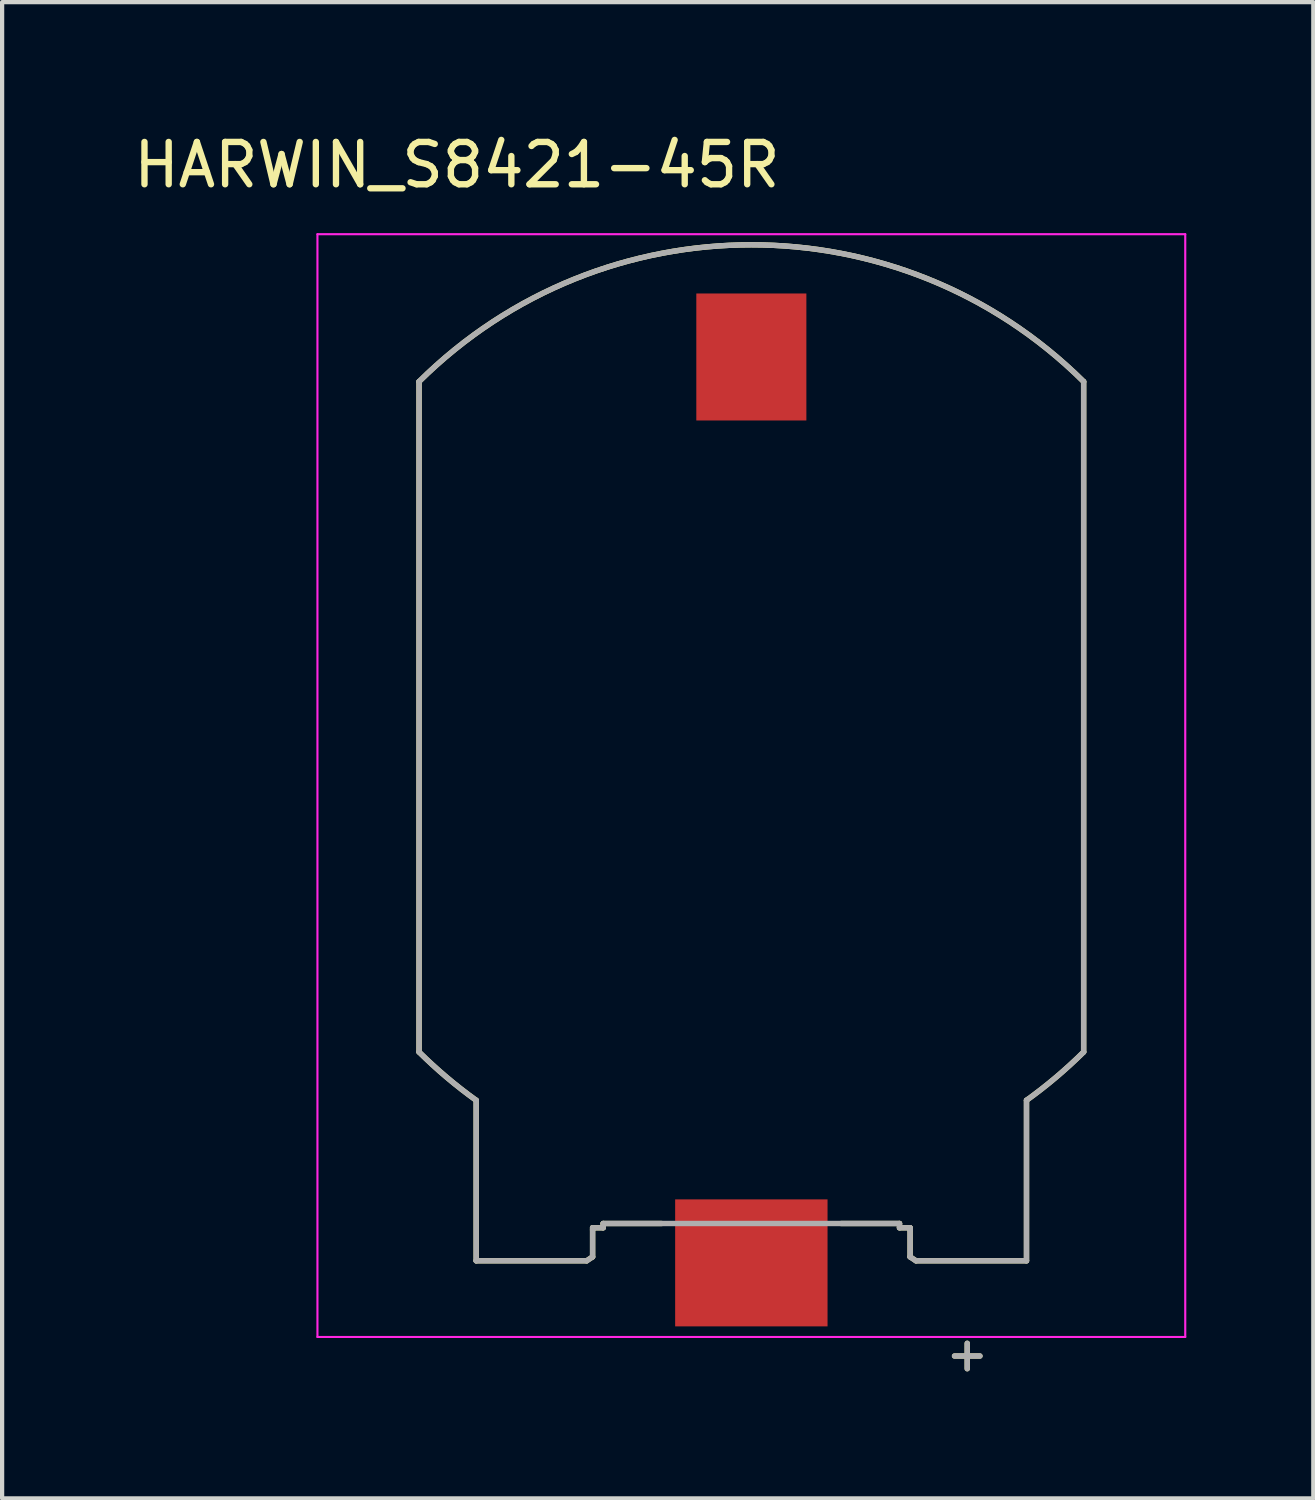
<source format=kicad_pcb>
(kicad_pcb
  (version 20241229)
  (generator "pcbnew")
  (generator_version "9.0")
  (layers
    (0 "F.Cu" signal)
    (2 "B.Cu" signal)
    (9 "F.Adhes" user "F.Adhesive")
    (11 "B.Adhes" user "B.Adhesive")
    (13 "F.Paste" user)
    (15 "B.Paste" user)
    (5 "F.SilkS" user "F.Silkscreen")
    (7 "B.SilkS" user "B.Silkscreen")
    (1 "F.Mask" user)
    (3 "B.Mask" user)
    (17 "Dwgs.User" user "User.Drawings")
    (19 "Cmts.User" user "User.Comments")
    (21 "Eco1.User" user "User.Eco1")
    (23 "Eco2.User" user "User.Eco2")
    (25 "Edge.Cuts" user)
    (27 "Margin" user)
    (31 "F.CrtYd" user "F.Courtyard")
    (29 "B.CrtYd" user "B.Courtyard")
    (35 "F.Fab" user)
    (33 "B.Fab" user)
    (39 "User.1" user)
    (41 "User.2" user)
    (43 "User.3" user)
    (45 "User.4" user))
  (footprint "HARWIN_S8421-45R"
    (layer "F.Cu")
    (at 14.699 13.883)
    (property "Reference" "HARWIN_S8421-45R" (at -6.955 -13.035 0) (layer "F.SilkS") (effects (font (size 1 1) (thickness 0.15))))
    (attr smd)
    (fp_line (start -7.85 -7.918) (end -7.85 7.918) (stroke (width 0.127) (type solid)) (layer "F.SilkS"))
    (fp_line (start -6.5 9.059) (end -6.5 12.85) (stroke (width 0.127) (type solid)) (layer "F.SilkS"))
    (fp_line (start -6.5 12.85) (end -3.889 12.85) (stroke (width 0.127) (type solid)) (layer "F.SilkS"))
    (fp_line (start -3.75 12.758) (end -3.889 12.85) (stroke (width 0.127) (type solid)) (layer "F.SilkS"))
    (fp_line (start -3.75 12.758) (end -3.75 12.12) (stroke (width 0.127) (type solid)) (layer "F.SilkS"))
    (fp_line (start -3.75 12.07) (end -3.75 12.12) (stroke (width 0.127) (type solid)) (layer "F.SilkS"))
    (fp_line (start -3.5 12.07) (end -3.75 12.07) (stroke (width 0.127) (type solid)) (layer "F.SilkS"))
    (fp_line (start -3.5 12.07) (end -3.5 11.97) (stroke (width 0.127) (type solid)) (layer "F.SilkS"))
    (fp_line (start -2.12 11.97) (end -3.5 11.97) (stroke (width 0.127) (type solid)) (layer "F.SilkS"))
    (fp_line (start 3.5 11.97) (end 2.12 11.97) (stroke (width 0.127) (type solid)) (layer "F.SilkS"))
    (fp_line (start 3.5 12.07) (end 3.5 11.97) (stroke (width 0.127) (type solid)) (layer "F.SilkS"))
    (fp_line (start 3.75 12.12) (end 3.75 12.109) (stroke (width 0.127) (type solid)) (layer "F.SilkS"))
    (fp_line (start 3.75 12.07) (end 3.5 12.07) (stroke (width 0.127) (type solid)) (layer "F.SilkS"))
    (fp_line (start 3.75 12.109) (end 3.75 12.07) (stroke (width 0.127) (type solid)) (layer "F.SilkS"))
    (fp_line (start 3.75 12.758) (end 3.75 12.12) (stroke (width 0.127) (type solid)) (layer "F.SilkS"))
    (fp_line (start 3.889 12.85) (end 3.75 12.758) (stroke (width 0.127) (type solid)) (layer "F.SilkS"))
    (fp_line (start 3.889 12.85) (end 6.5 12.85) (stroke (width 0.127) (type solid)) (layer "F.SilkS"))
    (fp_line (start 4.8 15.1) (end 5.4 15.1) (stroke (width 0.127) (type solid)) (layer "F.SilkS"))
    (fp_line (start 5.1 14.8) (end 5.1 15.4) (stroke (width 0.127) (type solid)) (layer "F.SilkS"))
    (fp_line (start 6.5 12.85) (end 6.5 9.059) (stroke (width 0.127) (type solid)) (layer "F.SilkS"))
    (fp_line (start 7.85 7.918) (end 7.85 -7.918) (stroke (width 0.127) (type solid)) (layer "F.SilkS"))
    (fp_arc (start -7.85 -7.91834) (mid 0 -11.150006) (end 7.85 -7.91834) (stroke (width 0.127) (type solid)) (layer "F.SilkS"))
    (fp_arc (start -6.5 9.05939) (mid -7.197647 8.515654) (end -7.85 7.91833) (stroke (width 0.127) (type solid)) (layer "F.SilkS"))
    (fp_arc (start 7.85 7.91834) (mid 7.197647 8.515659) (end 6.5 9.05939) (stroke (width 0.127) (type solid)) (layer "F.SilkS"))
    (fp_line (start -10.25 -11.4) (end -10.25 14.65) (stroke (width 0.05) (type solid)) (layer "F.CrtYd"))
    (fp_line (start -10.25 14.65) (end 10.25 14.65) (stroke (width 0.05) (type solid)) (layer "F.CrtYd"))
    (fp_line (start 10.25 -11.4) (end -10.25 -11.4) (stroke (width 0.05) (type solid)) (layer "F.CrtYd"))
    (fp_line (start 10.25 14.65) (end 10.25 -11.4) (stroke (width 0.05) (type solid)) (layer "F.CrtYd"))
    (fp_line (start -7.85 -7.918) (end -7.85 7.918) (stroke (width 0.127) (type solid)) (layer "F.Fab"))
    (fp_line (start -6.5 9.059) (end -6.5 12.85) (stroke (width 0.127) (type solid)) (layer "F.Fab"))
    (fp_line (start -6.5 12.85) (end -3.889 12.85) (stroke (width 0.127) (type solid)) (layer "F.Fab"))
    (fp_line (start -3.75 12.758) (end -3.889 12.85) (stroke (width 0.127) (type solid)) (layer "F.Fab"))
    (fp_line (start -3.75 12.758) (end -3.75 12.12) (stroke (width 0.127) (type solid)) (layer "F.Fab"))
    (fp_line (start -3.75 12.07) (end -3.75 12.12) (stroke (width 0.127) (type solid)) (layer "F.Fab"))
    (fp_line (start -3.5 12.07) (end -3.75 12.07) (stroke (width 0.127) (type solid)) (layer "F.Fab"))
    (fp_line (start -3.5 12.07) (end -3.5 11.97) (stroke (width 0.127) (type solid)) (layer "F.Fab"))
    (fp_line (start 3.5 11.97) (end -3.5 11.97) (stroke (width 0.127) (type solid)) (layer "F.Fab"))
    (fp_line (start 3.5 12.07) (end 3.5 11.97) (stroke (width 0.127) (type solid)) (layer "F.Fab"))
    (fp_line (start 3.75 12.12) (end 3.75 12.109) (stroke (width 0.127) (type solid)) (layer "F.Fab"))
    (fp_line (start 3.75 12.07) (end 3.5 12.07) (stroke (width 0.127) (type solid)) (layer "F.Fab"))
    (fp_line (start 3.75 12.109) (end 3.75 12.07) (stroke (width 0.127) (type solid)) (layer "F.Fab"))
    (fp_line (start 3.75 12.758) (end 3.75 12.12) (stroke (width 0.127) (type solid)) (layer "F.Fab"))
    (fp_line (start 3.889 12.85) (end 3.75 12.758) (stroke (width 0.127) (type solid)) (layer "F.Fab"))
    (fp_line (start 3.889 12.85) (end 6.5 12.85) (stroke (width 0.127) (type solid)) (layer "F.Fab"))
    (fp_line (start 4.8 15.1) (end 5.4 15.1) (stroke (width 0.127) (type solid)) (layer "F.Fab"))
    (fp_line (start 5.1 14.8) (end 5.1 15.4) (stroke (width 0.127) (type solid)) (layer "F.Fab"))
    (fp_line (start 6.5 12.85) (end 6.5 9.059) (stroke (width 0.127) (type solid)) (layer "F.Fab"))
    (fp_line (start 7.85 7.918) (end 7.85 -7.918) (stroke (width 0.127) (type solid)) (layer "F.Fab"))
    (fp_arc (start -7.85 -7.91834) (mid 0 -11.150006) (end 7.85 -7.91834) (stroke (width 0.127) (type solid)) (layer "F.Fab"))
    (fp_arc (start -6.5 9.05939) (mid -7.197647 8.515654) (end -7.85 7.91833) (stroke (width 0.127) (type solid)) (layer "F.Fab"))
    (fp_arc (start 7.85 7.91834) (mid 7.197647 8.515659) (end 6.5 9.05939) (stroke (width 0.127) (type solid)) (layer "F.Fab"))
    (pad "N" smd rect (at 0 -8.5) (size 2.6 3) (layers "F.Cu" "F.Mask" "F.Paste"))
    (pad "P" smd rect (at 0 12.9) (size 3.6 3) (layers "F.Cu" "F.Mask" "F.Paste")))
  (gr_rect
    (start -3 -3)
    (end 27.974 32.347)
    (stroke (width 0.1) (type default))
    (fill no)
    (layer "Edge.Cuts")))
</source>
